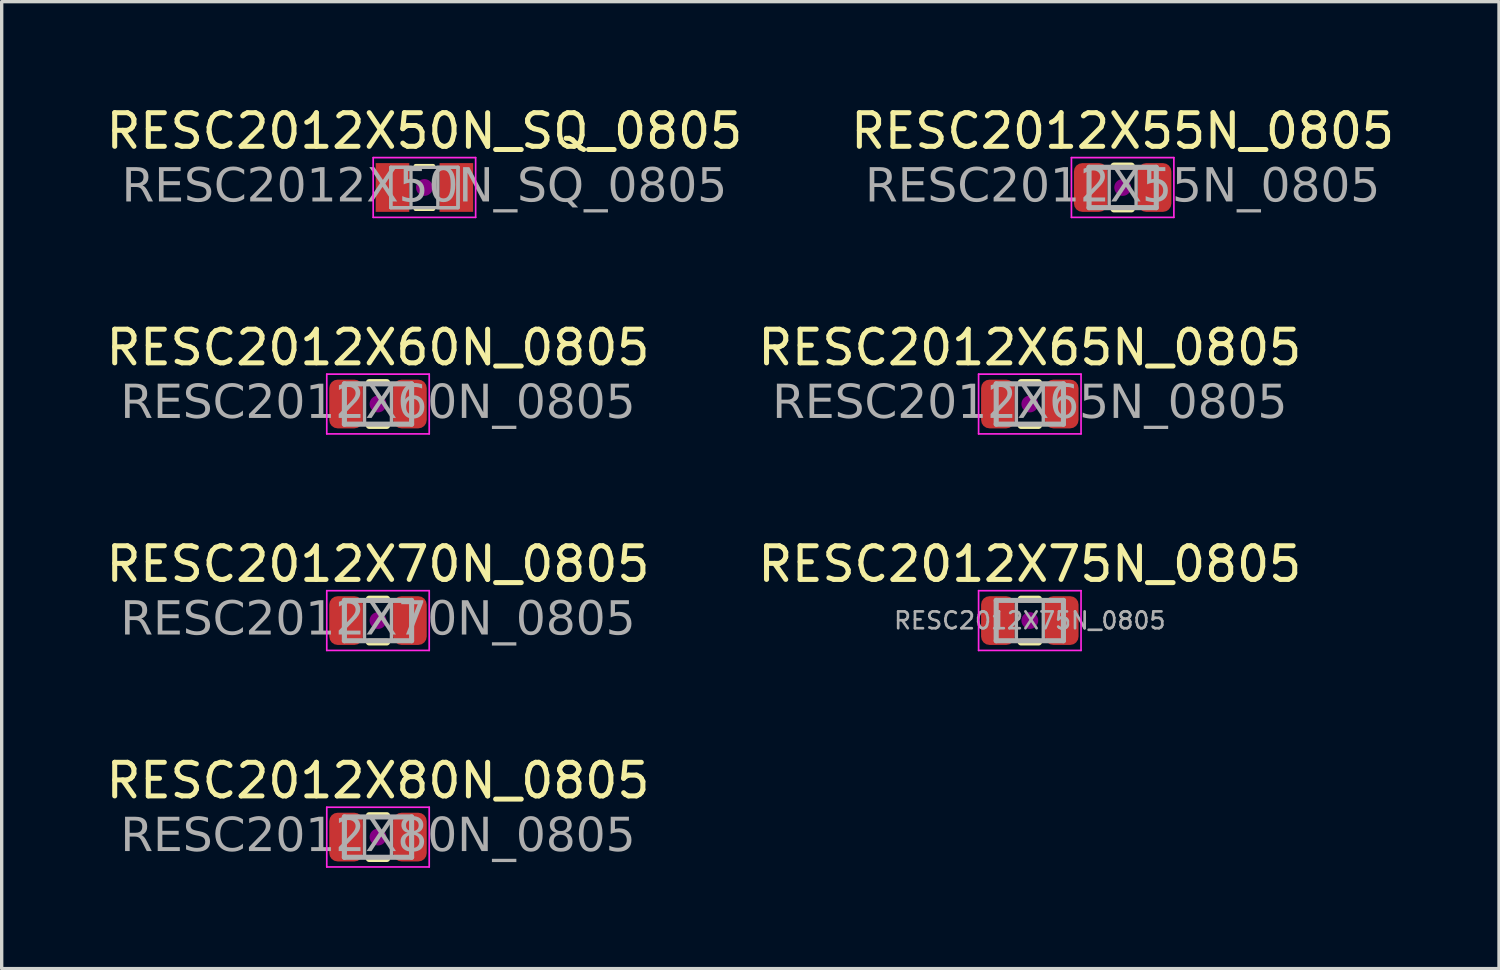
<source format=kicad_pcb>
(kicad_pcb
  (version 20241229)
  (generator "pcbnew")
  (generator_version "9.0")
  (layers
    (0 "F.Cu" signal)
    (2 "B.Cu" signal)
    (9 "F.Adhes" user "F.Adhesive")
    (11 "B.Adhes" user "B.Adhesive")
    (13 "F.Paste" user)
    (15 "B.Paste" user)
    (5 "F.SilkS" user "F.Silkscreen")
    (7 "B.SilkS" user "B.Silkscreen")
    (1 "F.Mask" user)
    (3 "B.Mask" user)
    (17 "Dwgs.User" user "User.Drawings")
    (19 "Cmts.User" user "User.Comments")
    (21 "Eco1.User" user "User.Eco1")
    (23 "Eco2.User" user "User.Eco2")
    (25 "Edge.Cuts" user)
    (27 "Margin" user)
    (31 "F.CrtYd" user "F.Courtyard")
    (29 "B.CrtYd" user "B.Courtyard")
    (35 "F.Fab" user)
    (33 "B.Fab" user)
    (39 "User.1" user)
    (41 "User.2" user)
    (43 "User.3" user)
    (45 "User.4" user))
  (footprint "RESC2012X55N_0805"
    (layer "F.Cu")
    (at 30.351 2.528)
    (property "Reference" "RESC2012X55N_0805" (at 0 -1.68 0) (layer "F.SilkS") (effects (font (size 1 1) (thickness 0.15))))
    (attr smd)
    (fp_line (start -0.261 -0.64) (end 0.261 -0.64) (stroke (width 0.203) (type solid)) (layer "F.SilkS"))
    (fp_line (start -0.261 0.64) (end 0.261 0.64) (stroke (width 0.203) (type solid)) (layer "F.SilkS"))
    (fp_circle (center 0 0) (end 0.25 0) (stroke (width 0) (type solid)) (fill yes) (layer "F.Adhes"))
    (fp_line (start -1.524 -0.889) (end 1.524 -0.889) (stroke (width 0.05) (type solid)) (layer "F.CrtYd"))
    (fp_line (start -1.524 0.889) (end -1.524 -0.889) (stroke (width 0.05) (type solid)) (layer "F.CrtYd"))
    (fp_line (start 1.524 -0.889) (end 1.524 0.889) (stroke (width 0.05) (type solid)) (layer "F.CrtYd"))
    (fp_line (start 1.524 0.889) (end -1.524 0.889) (stroke (width 0.05) (type solid)) (layer "F.CrtYd"))
    (fp_line (start -1 -0.6) (end 1 -0.6) (stroke (width 0.152) (type solid)) (layer "F.Fab"))
    (fp_line (start -1 0.6) (end -1 -0.6) (stroke (width 0.152) (type solid)) (layer "F.Fab"))
    (fp_line (start 1 -0.6) (end 1 0.6) (stroke (width 0.152) (type solid)) (layer "F.Fab"))
    (fp_line (start 1 0.6) (end -1 0.6) (stroke (width 0.152) (type solid)) (layer "F.Fab"))
    (fp_rect (start -1 -0.6) (end -0.4 0.6) (stroke (width 0.1) (type solid)) (fill no) (layer "F.Fab"))
    (fp_rect (start 0.4 -0.6) (end 1 0.6) (stroke (width 0.1) (type solid)) (fill no) (layer "F.Fab"))
    (fp_text user "${REFERENCE}" (at 0 0 0) (layer "F.Fab") (effects (font (face "Tahoma") (size 1 1) (thickness 0.15))))
    (pad "1" smd roundrect (at -0.95 0) (size 1 1.45) (layers "F.Cu" "F.Mask" "F.Paste") (roundrect_rratio 0.25))
    (pad "2" smd roundrect (at 0.95 0) (size 1 1.45) (layers "F.Cu" "F.Mask" "F.Paste") (roundrect_rratio 0.25)))
  (footprint "RESC2012X75N_0805"
    (layer "F.Cu")
    (at 27.589 15.413)
    (property "Reference" "RESC2012X75N_0805" (at 0 -1.68 0) (layer "F.SilkS") (effects (font (size 1 1) (thickness 0.15))))
    (attr smd)
    (fp_line (start -0.261 -0.64) (end 0.261 -0.64) (stroke (width 0.203) (type solid)) (layer "F.SilkS"))
    (fp_line (start -0.261 0.64) (end 0.261 0.64) (stroke (width 0.203) (type solid)) (layer "F.SilkS"))
    (fp_circle (center 0 0) (end 0.25 0) (stroke (width 0) (type solid)) (fill yes) (layer "F.Adhes"))
    (fp_line (start -1.524 -0.889) (end 1.524 -0.889) (stroke (width 0.05) (type solid)) (layer "F.CrtYd"))
    (fp_line (start -1.524 0.889) (end -1.524 -0.889) (stroke (width 0.05) (type solid)) (layer "F.CrtYd"))
    (fp_line (start 1.524 -0.889) (end 1.524 0.889) (stroke (width 0.05) (type solid)) (layer "F.CrtYd"))
    (fp_line (start 1.524 0.889) (end -1.524 0.889) (stroke (width 0.05) (type solid)) (layer "F.CrtYd"))
    (fp_line (start -1 -0.6) (end 1 -0.6) (stroke (width 0.152) (type solid)) (layer "F.Fab"))
    (fp_line (start -1 0.6) (end -1 -0.6) (stroke (width 0.152) (type solid)) (layer "F.Fab"))
    (fp_line (start 1 -0.6) (end 1 0.6) (stroke (width 0.152) (type solid)) (layer "F.Fab"))
    (fp_line (start 1 0.6) (end -1 0.6) (stroke (width 0.152) (type solid)) (layer "F.Fab"))
    (fp_rect (start -1 -0.6) (end -0.4 0.6) (stroke (width 0.1) (type solid)) (fill no) (layer "F.Fab"))
    (fp_rect (start 0.4 -0.6) (end 1 0.6) (stroke (width 0.1) (type solid)) (fill no) (layer "F.Fab"))
    (fp_text user "${REFERENCE}" (at 0 0 0) (layer "F.Fab") (effects (font (size 0.5 0.5) (thickness 0.08))))
    (pad "1" smd roundrect (at -0.95 0) (size 1 1.45) (layers "F.Cu" "F.Mask" "F.Paste") (roundrect_rratio 0.25))
    (pad "2" smd roundrect (at 0.95 0) (size 1 1.45) (layers "F.Cu" "F.Mask" "F.Paste") (roundrect_rratio 0.25)))
  (footprint "RESC2012X80N_0805"
    (layer "F.Cu")
    (at 8.196 21.855)
    (property "Reference" "RESC2012X80N_0805" (at 0 -1.68 0) (layer "F.SilkS") (effects (font (size 1 1) (thickness 0.15))))
    (attr smd)
    (fp_line (start -0.261 -0.64) (end 0.261 -0.64) (stroke (width 0.203) (type solid)) (layer "F.SilkS"))
    (fp_line (start -0.261 0.64) (end 0.261 0.64) (stroke (width 0.203) (type solid)) (layer "F.SilkS"))
    (fp_circle (center 0 0) (end 0.25 0) (stroke (width 0) (type solid)) (fill yes) (layer "F.Adhes"))
    (fp_line (start -1.524 -0.889) (end 1.524 -0.889) (stroke (width 0.05) (type solid)) (layer "F.CrtYd"))
    (fp_line (start -1.524 0.889) (end -1.524 -0.889) (stroke (width 0.05) (type solid)) (layer "F.CrtYd"))
    (fp_line (start 1.524 -0.889) (end 1.524 0.889) (stroke (width 0.05) (type solid)) (layer "F.CrtYd"))
    (fp_line (start 1.524 0.889) (end -1.524 0.889) (stroke (width 0.05) (type solid)) (layer "F.CrtYd"))
    (fp_line (start -1 -0.6) (end 1 -0.6) (stroke (width 0.152) (type solid)) (layer "F.Fab"))
    (fp_line (start -1 0.6) (end -1 -0.6) (stroke (width 0.152) (type solid)) (layer "F.Fab"))
    (fp_line (start 1 -0.6) (end 1 0.6) (stroke (width 0.152) (type solid)) (layer "F.Fab"))
    (fp_line (start 1 0.6) (end -1 0.6) (stroke (width 0.152) (type solid)) (layer "F.Fab"))
    (fp_rect (start -1 -0.6) (end -0.4 0.6) (stroke (width 0.1) (type solid)) (fill no) (layer "F.Fab"))
    (fp_rect (start 0.4 -0.6) (end 1 0.6) (stroke (width 0.1) (type solid)) (fill no) (layer "F.Fab"))
    (fp_text user "${REFERENCE}" (at 0 0 0) (layer "F.Fab") (effects (font (face "Tahoma") (size 1 1) (thickness 0.15))))
    (pad "1" smd roundrect (at -0.95 0) (size 1 1.45) (layers "F.Cu" "F.Mask" "F.Paste") (roundrect_rratio 0.25))
    (pad "2" smd roundrect (at 0.95 0) (size 1 1.45) (layers "F.Cu" "F.Mask" "F.Paste") (roundrect_rratio 0.25)))
  (footprint "RESC2012X60N_0805"
    (layer "F.Cu")
    (at 8.196 8.97)
    (property "Reference" "RESC2012X60N_0805" (at 0 -1.68 0) (layer "F.SilkS") (effects (font (size 1 1) (thickness 0.15))))
    (attr smd)
    (fp_line (start -0.261 -0.64) (end 0.261 -0.64) (stroke (width 0.203) (type solid)) (layer "F.SilkS"))
    (fp_line (start -0.261 0.64) (end 0.261 0.64) (stroke (width 0.203) (type solid)) (layer "F.SilkS"))
    (fp_circle (center 0 0) (end 0.25 0) (stroke (width 0) (type solid)) (fill yes) (layer "F.Adhes"))
    (fp_line (start -1.524 -0.889) (end 1.524 -0.889) (stroke (width 0.05) (type solid)) (layer "F.CrtYd"))
    (fp_line (start -1.524 0.889) (end -1.524 -0.889) (stroke (width 0.05) (type solid)) (layer "F.CrtYd"))
    (fp_line (start 1.524 -0.889) (end 1.524 0.889) (stroke (width 0.05) (type solid)) (layer "F.CrtYd"))
    (fp_line (start 1.524 0.889) (end -1.524 0.889) (stroke (width 0.05) (type solid)) (layer "F.CrtYd"))
    (fp_line (start -1 -0.6) (end 1 -0.6) (stroke (width 0.152) (type solid)) (layer "F.Fab"))
    (fp_line (start -1 0.6) (end -1 -0.6) (stroke (width 0.152) (type solid)) (layer "F.Fab"))
    (fp_line (start 1 -0.6) (end 1 0.6) (stroke (width 0.152) (type solid)) (layer "F.Fab"))
    (fp_line (start 1 0.6) (end -1 0.6) (stroke (width 0.152) (type solid)) (layer "F.Fab"))
    (fp_rect (start -1 -0.6) (end -0.4 0.6) (stroke (width 0.1) (type solid)) (fill no) (layer "F.Fab"))
    (fp_rect (start 0.4 -0.6) (end 1 0.6) (stroke (width 0.1) (type solid)) (fill no) (layer "F.Fab"))
    (fp_text user "${REFERENCE}" (at 0 0 0) (layer "F.Fab") (effects (font (face "Tahoma") (size 1 1) (thickness 0.15))))
    (pad "1" smd roundrect (at -0.95 0) (size 1 1.45) (layers "F.Cu" "F.Mask" "F.Paste") (roundrect_rratio 0.25))
    (pad "2" smd roundrect (at 0.95 0) (size 1 1.45) (layers "F.Cu" "F.Mask" "F.Paste") (roundrect_rratio 0.25)))
  (footprint "RESC2012X70N_0805"
    (layer "F.Cu")
    (at 8.196 15.413)
    (property "Reference" "RESC2012X70N_0805" (at 0 -1.68 0) (layer "F.SilkS") (effects (font (size 1 1) (thickness 0.15))))
    (attr smd)
    (fp_line (start -0.261 -0.64) (end 0.261 -0.64) (stroke (width 0.203) (type solid)) (layer "F.SilkS"))
    (fp_line (start -0.261 0.64) (end 0.261 0.64) (stroke (width 0.203) (type solid)) (layer "F.SilkS"))
    (fp_circle (center 0 0) (end 0.25 0) (stroke (width 0) (type solid)) (fill yes) (layer "F.Adhes"))
    (fp_line (start -1.524 -0.889) (end 1.524 -0.889) (stroke (width 0.05) (type solid)) (layer "F.CrtYd"))
    (fp_line (start -1.524 0.889) (end -1.524 -0.889) (stroke (width 0.05) (type solid)) (layer "F.CrtYd"))
    (fp_line (start 1.524 -0.889) (end 1.524 0.889) (stroke (width 0.05) (type solid)) (layer "F.CrtYd"))
    (fp_line (start 1.524 0.889) (end -1.524 0.889) (stroke (width 0.05) (type solid)) (layer "F.CrtYd"))
    (fp_line (start -1 -0.6) (end 1 -0.6) (stroke (width 0.152) (type solid)) (layer "F.Fab"))
    (fp_line (start -1 0.6) (end -1 -0.6) (stroke (width 0.152) (type solid)) (layer "F.Fab"))
    (fp_line (start 1 -0.6) (end 1 0.6) (stroke (width 0.152) (type solid)) (layer "F.Fab"))
    (fp_line (start 1 0.6) (end -1 0.6) (stroke (width 0.152) (type solid)) (layer "F.Fab"))
    (fp_rect (start -1 -0.6) (end -0.4 0.6) (stroke (width 0.1) (type solid)) (fill no) (layer "F.Fab"))
    (fp_rect (start 0.4 -0.6) (end 1 0.6) (stroke (width 0.1) (type solid)) (fill no) (layer "F.Fab"))
    (fp_text user "${REFERENCE}" (at 0 0 0) (layer "F.Fab") (effects (font (face "Tahoma") (size 1 1) (thickness 0.15))))
    (pad "1" smd roundrect (at -0.95 0) (size 1 1.45) (layers "F.Cu" "F.Mask" "F.Paste") (roundrect_rratio 0.25))
    (pad "2" smd roundrect (at 0.95 0) (size 1 1.45) (layers "F.Cu" "F.Mask" "F.Paste") (roundrect_rratio 0.25)))
  (footprint "RESC2012X50N_SQ_0805"
    (layer "F.Cu")
    (at 9.577 2.528)
    (property "Reference" "RESC2012X50N_SQ_0805" (at 0 -1.68 0) (layer "F.SilkS") (effects (font (size 1 1) (thickness 0.15))))
    (attr smd)
    (fp_line (start -0.261 -0.64) (end 0.261 -0.64) (stroke (width 0.12) (type solid)) (layer "F.SilkS"))
    (fp_line (start -0.261 0.64) (end 0.261 0.64) (stroke (width 0.12) (type solid)) (layer "F.SilkS"))
    (fp_circle (center 0 0) (end 0.25 0) (stroke (width 0) (type solid)) (fill yes) (layer "F.Adhes"))
    (fp_line (start -1.524 -0.889) (end 1.524 -0.889) (stroke (width 0.05) (type solid)) (layer "F.CrtYd"))
    (fp_line (start -1.524 0.889) (end -1.524 -0.889) (stroke (width 0.05) (type solid)) (layer "F.CrtYd"))
    (fp_line (start 1.524 -0.889) (end 1.524 0.889) (stroke (width 0.05) (type solid)) (layer "F.CrtYd"))
    (fp_line (start 1.524 0.889) (end -1.524 0.889) (stroke (width 0.05) (type solid)) (layer "F.CrtYd"))
    (fp_line (start -1 -0.6) (end 1 -0.6) (stroke (width 0.1) (type solid)) (layer "F.Fab"))
    (fp_line (start -1 0.6) (end -1 -0.6) (stroke (width 0.1) (type solid)) (layer "F.Fab"))
    (fp_line (start 1 -0.6) (end 1 0.6) (stroke (width 0.1) (type solid)) (layer "F.Fab"))
    (fp_line (start 1 0.6) (end -1 0.6) (stroke (width 0.1) (type solid)) (layer "F.Fab"))
    (fp_rect (start -1 -0.6) (end -0.4 0.6) (stroke (width 0.1) (type solid)) (fill no) (layer "F.Fab"))
    (fp_rect (start 0.4 -0.6) (end 1 0.6) (stroke (width 0.1) (type solid)) (fill no) (layer "F.Fab"))
    (fp_text user "${REFERENCE}" (at 0 0 0) (layer "F.Fab") (effects (font (face "Tahoma") (size 1 1) (thickness 0.15))))
    (pad "1" smd rect (at -0.95 0) (size 1 1.45) (layers "F.Cu" "F.Mask" "F.Paste"))
    (pad "2" smd rect (at 0.95 0) (size 1 1.45) (layers "F.Cu" "F.Mask" "F.Paste")))
  (footprint "RESC2012X65N_0805"
    (layer "F.Cu")
    (at 27.589 8.97)
    (property "Reference" "RESC2012X65N_0805" (at 0 -1.68 0) (layer "F.SilkS") (effects (font (size 1 1) (thickness 0.15))))
    (attr smd)
    (fp_line (start -0.261 -0.64) (end 0.261 -0.64) (stroke (width 0.203) (type solid)) (layer "F.SilkS"))
    (fp_line (start -0.261 0.64) (end 0.261 0.64) (stroke (width 0.203) (type solid)) (layer "F.SilkS"))
    (fp_circle (center 0 0) (end 0.25 0) (stroke (width 0) (type solid)) (fill yes) (layer "F.Adhes"))
    (fp_line (start -1.524 -0.889) (end 1.524 -0.889) (stroke (width 0.05) (type solid)) (layer "F.CrtYd"))
    (fp_line (start -1.524 0.889) (end -1.524 -0.889) (stroke (width 0.05) (type solid)) (layer "F.CrtYd"))
    (fp_line (start 1.524 -0.889) (end 1.524 0.889) (stroke (width 0.05) (type solid)) (layer "F.CrtYd"))
    (fp_line (start 1.524 0.889) (end -1.524 0.889) (stroke (width 0.05) (type solid)) (layer "F.CrtYd"))
    (fp_line (start -1 -0.6) (end 1 -0.6) (stroke (width 0.152) (type solid)) (layer "F.Fab"))
    (fp_line (start -1 0.6) (end -1 -0.6) (stroke (width 0.152) (type solid)) (layer "F.Fab"))
    (fp_line (start 1 -0.6) (end 1 0.6) (stroke (width 0.152) (type solid)) (layer "F.Fab"))
    (fp_line (start 1 0.6) (end -1 0.6) (stroke (width 0.152) (type solid)) (layer "F.Fab"))
    (fp_rect (start -1 -0.6) (end -0.4 0.6) (stroke (width 0.1) (type solid)) (fill no) (layer "F.Fab"))
    (fp_rect (start 0.4 -0.6) (end 1 0.6) (stroke (width 0.1) (type solid)) (fill no) (layer "F.Fab"))
    (fp_text user "${REFERENCE}" (at 0 0 0) (layer "F.Fab") (effects (font (face "Tahoma") (size 1 1) (thickness 0.15))))
    (pad "1" smd roundrect (at -0.95 0) (size 1 1.45) (layers "F.Cu" "F.Mask" "F.Paste") (roundrect_rratio 0.25))
    (pad "2" smd roundrect (at 0.95 0) (size 1 1.45) (layers "F.Cu" "F.Mask" "F.Paste") (roundrect_rratio 0.25)))
  (gr_rect
    (start -3 -3)
    (end 41.548 25.769)
    (stroke (width 0.1) (type default))
    (fill no)
    (layer "Edge.Cuts")))
</source>
